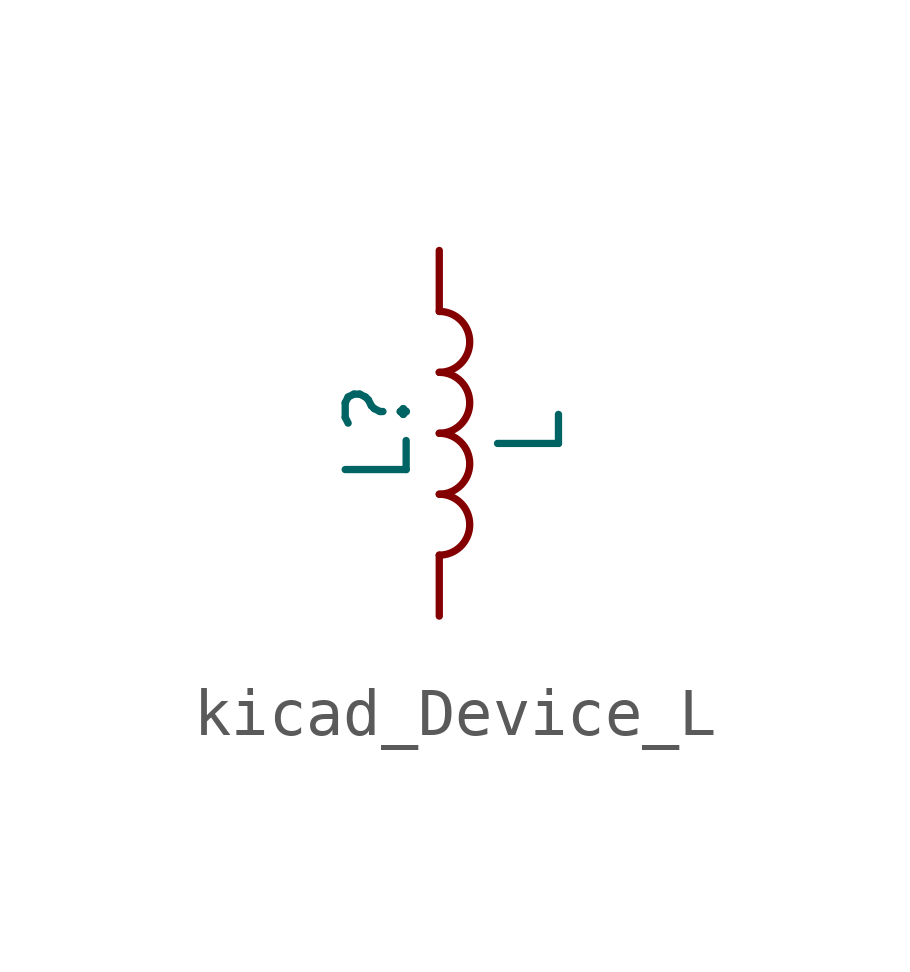
<source format=kicad_sym>
(kicad_symbol_lib
  (version 20220914)
  (generator kicad_symbol_editor)
  (symbol "kicad_Device_L"
    (pin_numbers hide)
    (pin_names
      (offset 1.016) hide)
    (property "Reference" "L"
      (at -1.27 0 90)
      (effects (font (size 1.27 1.27))))
    (property "Value" "L"
      (at 1.905 0 90)
      (effects (font (size 1.27 1.27))))
    (symbol "kicad_Device_L_0_1"
      (arc (start 0 -2.54) (mid 0.6323 -1.905) (end 0 -1.27) (stroke (width 0) (type default)) (fill (type none)))
      (arc (start 0 -1.27) (mid 0.6323 -0.635) (end 0 0) (stroke (width 0) (type default)) (fill (type none)))
      (arc (start 0 0) (mid 0.6323 0.635) (end 0 1.27) (stroke (width 0) (type default)) (fill (type none)))
      (arc (start 0 1.27) (mid 0.6323 1.905) (end 0 2.54) (stroke (width 0) (type default)) (fill (type none))))
    (symbol "kicad_Device_L_1_1"
      (pin passive line (at 0 3.81 270) (length 1.27) (name "1" (effects (font (size 1.27 1.27)))) (number "1" (effects (font (size 1.27 1.27)))))
      (pin passive line (at 0 -3.81 90) (length 1.27) (name "2" (effects (font (size 1.27 1.27)))) (number "2" (effects (font (size 1.27 1.27))))))))
</source>
